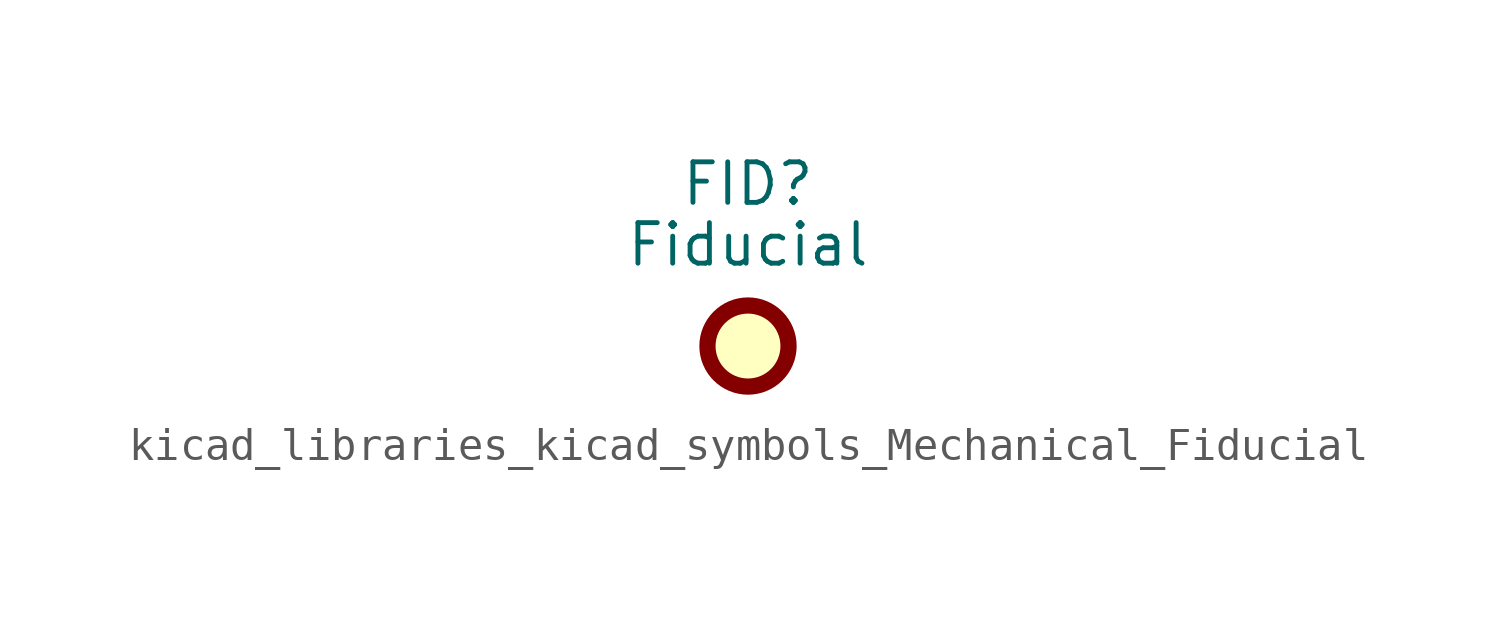
<source format=kicad_sym>
(kicad_symbol_lib
  (version 20220914)
  (generator kicad_symbol_editor)
  (symbol "kicad_libraries_kicad_symbols_Mechanical_Fiducial"
    (property "Reference" "FID"
      (at 0 5.08 0)
      (effects (font (size 1.27 1.27))))
    (property "Value" "Fiducial"
      (at 0 3.175 0)
      (effects (font (size 1.27 1.27))))
    (symbol "kicad_libraries_kicad_symbols_Mechanical_Fiducial_0_1"
      (circle (center 0 0) (radius 1.27) (stroke (width 0.508) (type default)) (fill (type background))))))
</source>
